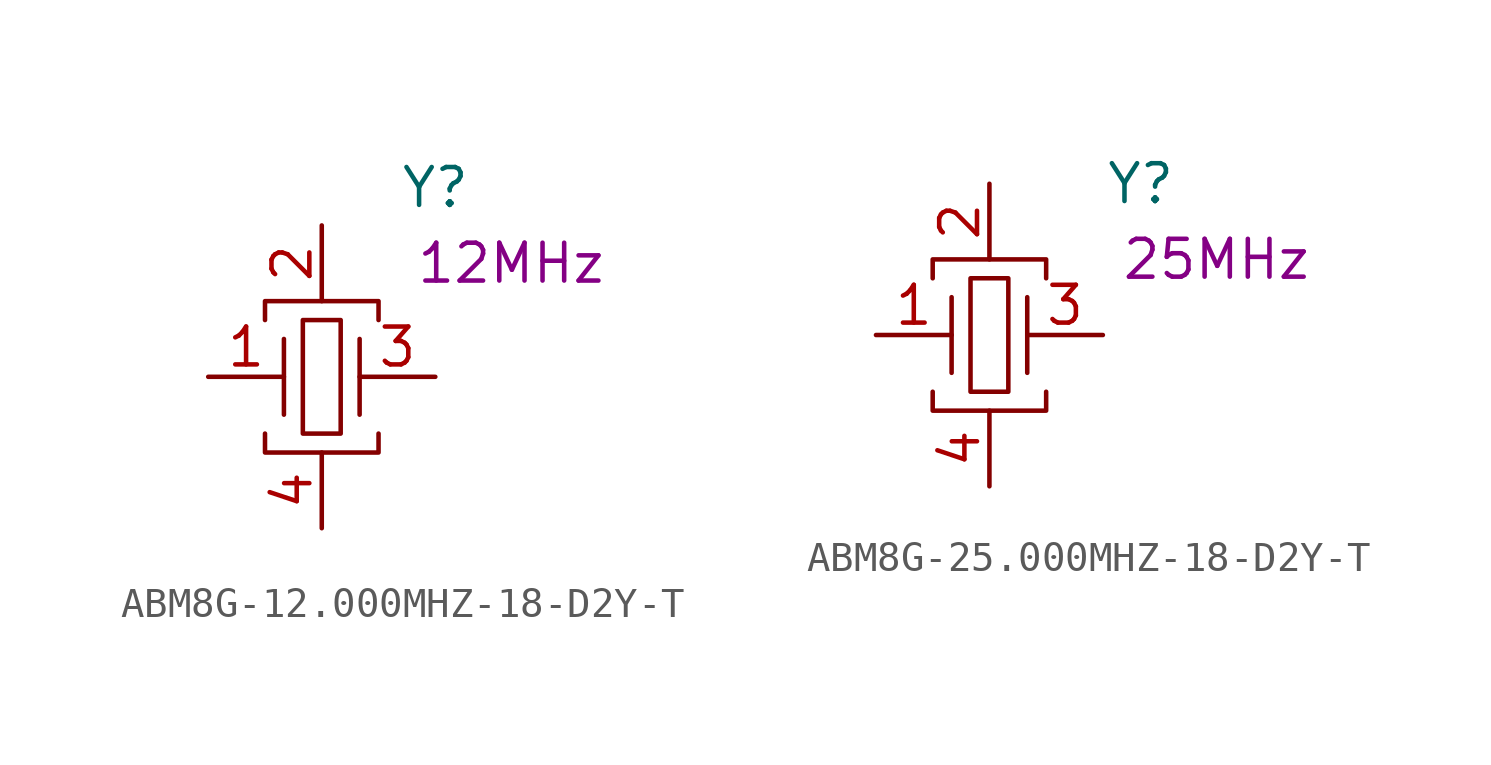
<source format=kicad_sym>
(kicad_symbol_lib
  (version 20211014)
  (generator kicad_symbol_editor)
  (symbol "ABM8G-12.000MHZ-18-D2Y-T"
    (pin_names
      (offset 1.016))
    (property "Reference" "Y"
      (at 3.81 6.35 0)
      (effects (font (size 1.27 1.27))))
    (property "VAL" "12MHz"
      (at 6.35 3.81 0)
      (effects (font (size 1.27 1.27))))
    (symbol "ABM8G-12.000MHZ-18-D2Y-T_0_1"
      (rectangle (start -0.635 1.905) (end 0.635 -1.905) (stroke (width 0) (type default) (color 0 0 0 0)) (fill (type none)))
      (polyline (pts (xy -1.27 1.27) (xy -1.27 -1.27)) (stroke (width 0) (type default) (color 0 0 0 0)) (fill (type none)))
      (polyline (pts (xy 1.27 1.27) (xy 1.27 -1.27)) (stroke (width 0) (type default) (color 0 0 0 0)) (fill (type none)))
      (polyline (pts (xy -1.905 -1.905) (xy -1.905 -2.54) (xy 1.905 -2.54) (xy 1.905 -1.905)) (stroke (width 0) (type default) (color 0 0 0 0)) (fill (type none)))
      (polyline (pts (xy -1.905 1.905) (xy -1.905 2.54) (xy 1.905 2.54) (xy 1.905 1.905)) (stroke (width 0) (type default) (color 0 0 0 0)) (fill (type none))))
    (symbol "ABM8G-12.000MHZ-18-D2Y-T_1_1"
      (pin output line (at -3.81 0 0) (length 2.54) (name "~" (effects (font (size 1.27 1.27)))) (number "1" (effects (font (size 1.27 1.27)))))
      (pin power_in line (at 0 5.08 270) (length 2.54) (name "~" (effects (font (size 1.27 1.27)))) (number "2" (effects (font (size 1.27 1.27)))))
      (pin output line (at 3.81 0 180) (length 2.54) (name "~" (effects (font (size 1.27 1.27)))) (number "3" (effects (font (size 1.27 1.27)))))
      (pin power_in line (at 0 -5.08 90) (length 2.54) (name "~" (effects (font (size 1.27 1.27)))) (number "4" (effects (font (size 1.27 1.27)))))))
  (symbol "ABM8G-25.000MHZ-18-D2Y-T"
    (pin_names
      (offset 1.016))
    (property "Reference" "Y"
      (at 5.08 5.08 0)
      (effects (font (size 1.27 1.27))))
    (property "VAL" "25MHz"
      (at 7.62 2.54 0)
      (effects (font (size 1.27 1.27))))
    (symbol "ABM8G-25.000MHZ-18-D2Y-T_0_1"
      (rectangle (start -0.635 1.905) (end 0.635 -1.905) (stroke (width 0) (type default) (color 0 0 0 0)) (fill (type none)))
      (polyline (pts (xy -1.27 1.27) (xy -1.27 -1.27)) (stroke (width 0) (type default) (color 0 0 0 0)) (fill (type none)))
      (polyline (pts (xy 1.27 1.27) (xy 1.27 -1.27)) (stroke (width 0) (type default) (color 0 0 0 0)) (fill (type none)))
      (polyline (pts (xy -1.905 -1.905) (xy -1.905 -2.54) (xy 1.905 -2.54) (xy 1.905 -1.905)) (stroke (width 0) (type default) (color 0 0 0 0)) (fill (type none)))
      (polyline (pts (xy -1.905 1.905) (xy -1.905 2.54) (xy 1.905 2.54) (xy 1.905 1.905)) (stroke (width 0) (type default) (color 0 0 0 0)) (fill (type none))))
    (symbol "ABM8G-25.000MHZ-18-D2Y-T_1_1"
      (pin output line (at -3.81 0 0) (length 2.54) (name "~" (effects (font (size 1.27 1.27)))) (number "1" (effects (font (size 1.27 1.27)))))
      (pin power_in line (at 0 5.08 270) (length 2.54) (name "~" (effects (font (size 1.27 1.27)))) (number "2" (effects (font (size 1.27 1.27)))))
      (pin output line (at 3.81 0 180) (length 2.54) (name "~" (effects (font (size 1.27 1.27)))) (number "3" (effects (font (size 1.27 1.27)))))
      (pin power_in line (at 0 -5.08 90) (length 2.54) (name "~" (effects (font (size 1.27 1.27)))) (number "4" (effects (font (size 1.27 1.27))))))))
</source>
